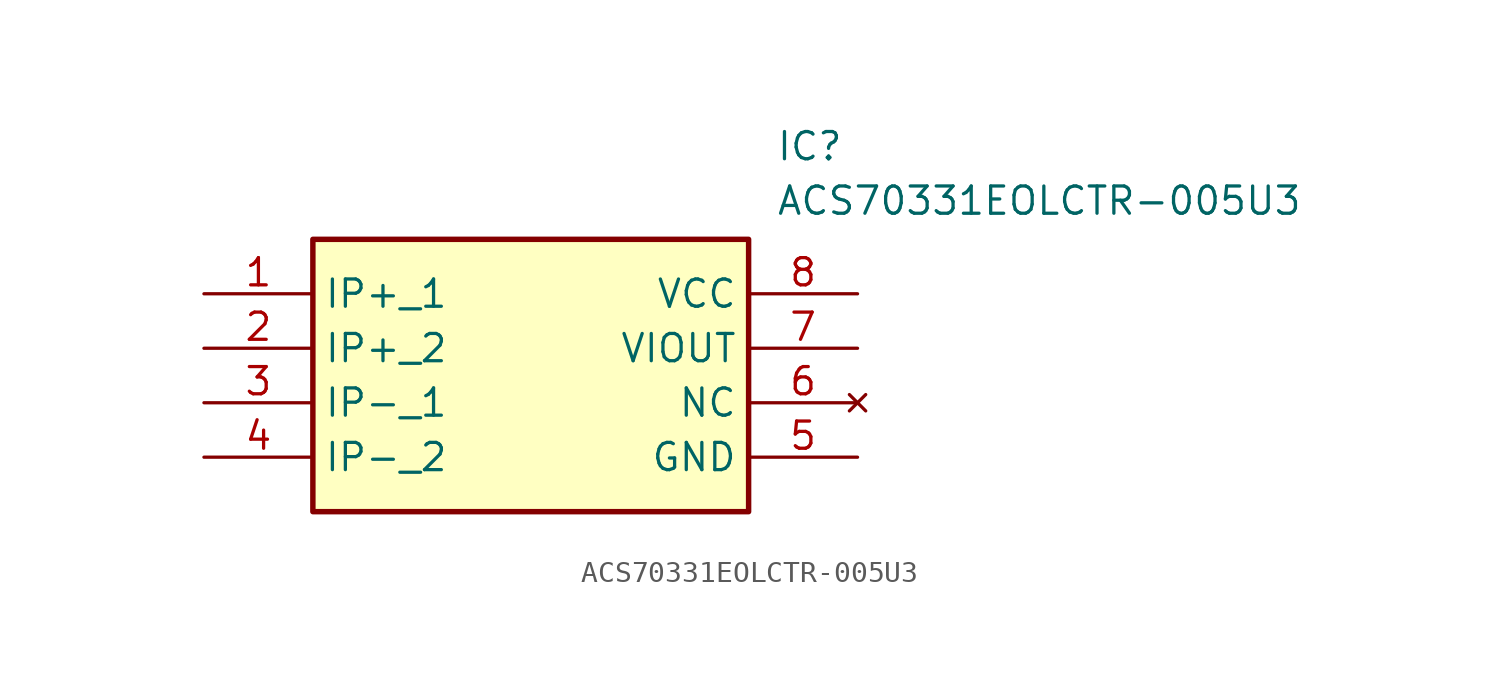
<source format=kicad_sym>
(kicad_symbol_lib
  (version 20211014)
  (generator SamacSys_ECAD_Model)
  (symbol "ACS70331EOLCTR-005U3"
    (property "Reference" "IC"
      (at 26.67 7.62 0)
      (effects (font (size 1.27 1.27)) (justify left top)))
    (property "Value" "ACS70331EOLCTR-005U3"
      (at 26.67 5.08 0)
      (effects (font (size 1.27 1.27)) (justify left top)))
    (rectangle
      (start 5.08 2.54)
      (end 25.4 -10.16)
      (stroke (width 0.254) (type default))
      (fill (type background)))
    (pin passive line
      (at 0 0 0)
      (length 5.08)
      (name "IP+_1" (effects (font (size 1.27 1.27))))
      (number "1" (effects (font (size 1.27 1.27)))))
    (pin passive line
      (at 0 -2.54 0)
      (length 5.08)
      (name "IP+_2" (effects (font (size 1.27 1.27))))
      (number "2" (effects (font (size 1.27 1.27)))))
    (pin passive line
      (at 0 -5.08 0)
      (length 5.08)
      (name "IP-_1" (effects (font (size 1.27 1.27))))
      (number "3" (effects (font (size 1.27 1.27)))))
    (pin passive line
      (at 0 -7.62 0)
      (length 5.08)
      (name "IP-_2" (effects (font (size 1.27 1.27))))
      (number "4" (effects (font (size 1.27 1.27)))))
    (pin passive line
      (at 30.48 0 180)
      (length 5.08)
      (name "VCC" (effects (font (size 1.27 1.27))))
      (number "8" (effects (font (size 1.27 1.27)))))
    (pin passive line
      (at 30.48 -2.54 180)
      (length 5.08)
      (name "VIOUT" (effects (font (size 1.27 1.27))))
      (number "7" (effects (font (size 1.27 1.27)))))
    (pin no_connect line
      (at 30.48 -5.08 180)
      (length 5.08)
      (name "NC" (effects (font (size 1.27 1.27))))
      (number "6" (effects (font (size 1.27 1.27)))))
    (pin passive line
      (at 30.48 -7.62 180)
      (length 5.08)
      (name "GND" (effects (font (size 1.27 1.27))))
      (number "5" (effects (font (size 1.27 1.27)))))))
</source>
